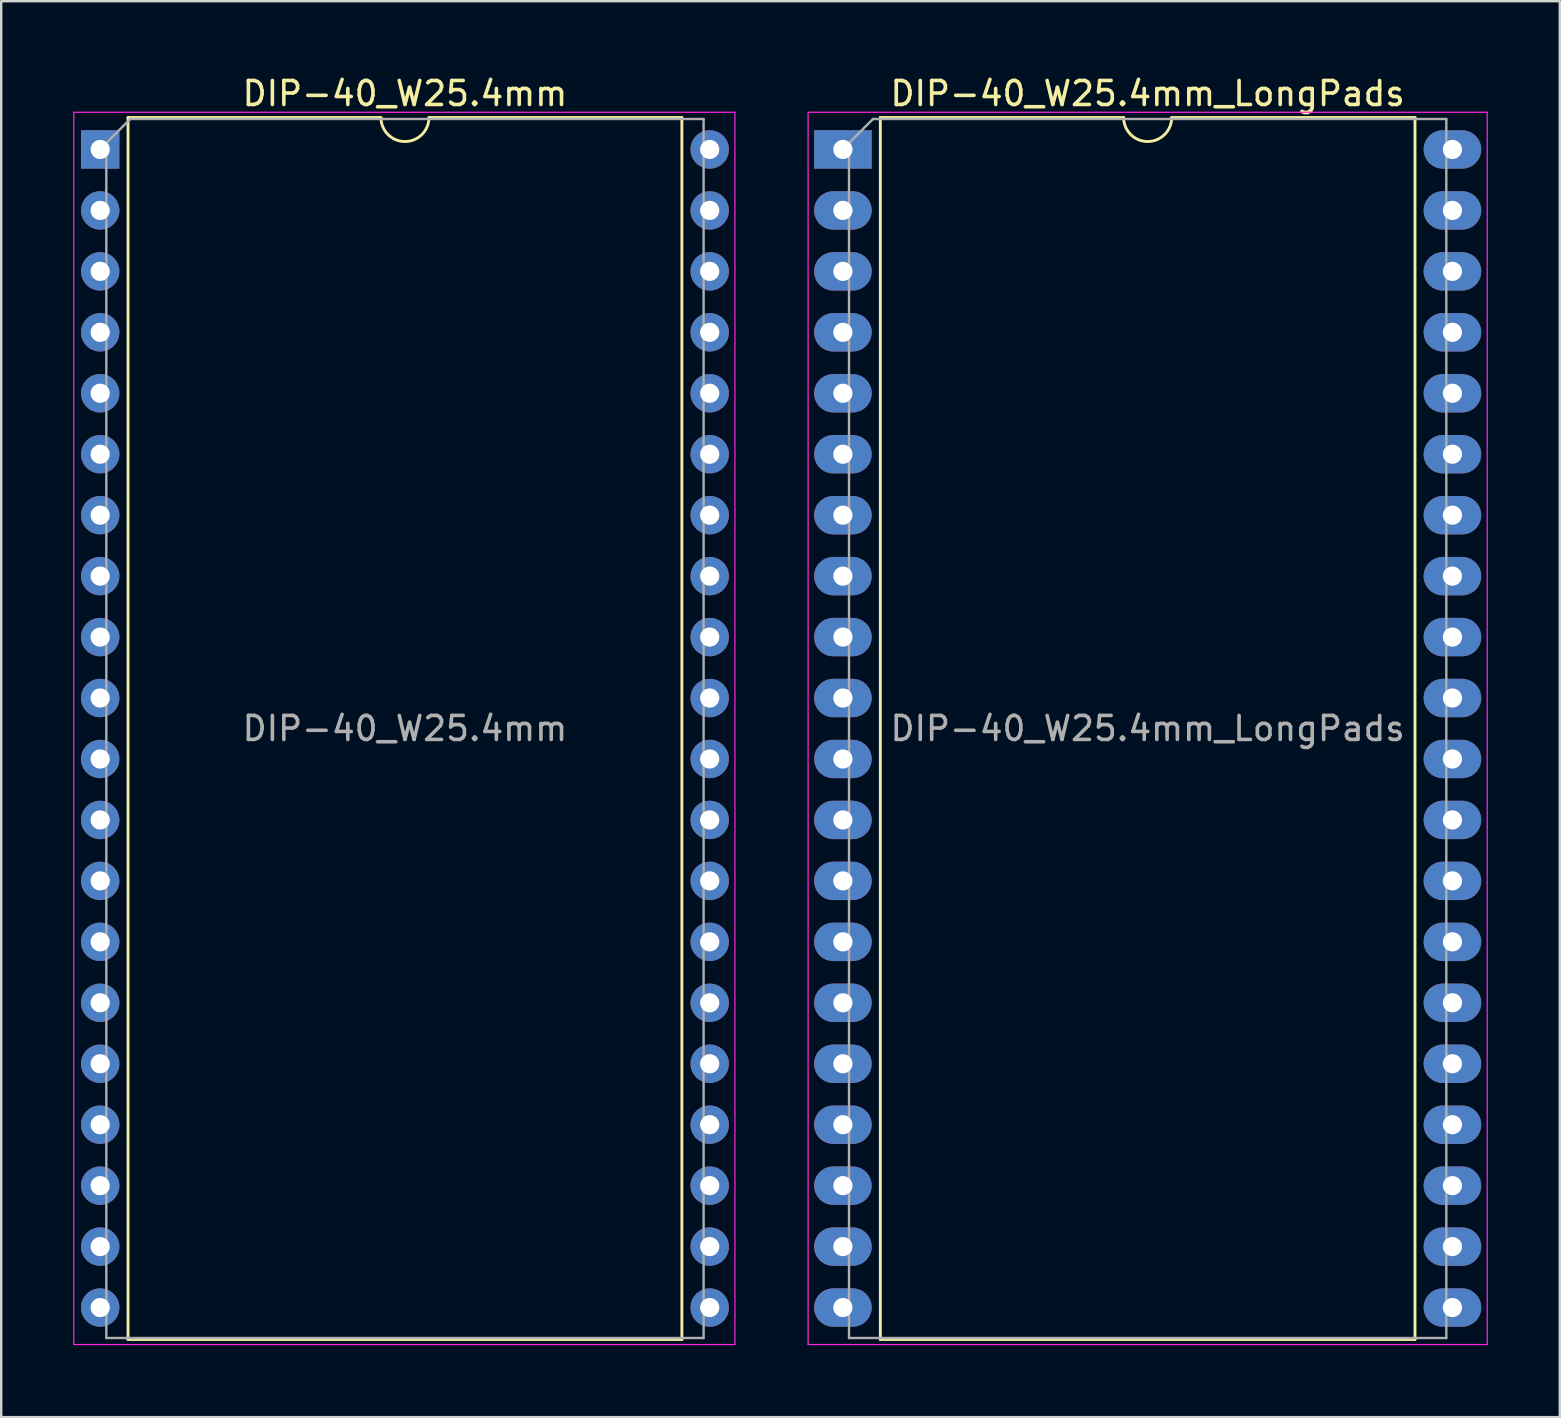
<source format=kicad_pcb>
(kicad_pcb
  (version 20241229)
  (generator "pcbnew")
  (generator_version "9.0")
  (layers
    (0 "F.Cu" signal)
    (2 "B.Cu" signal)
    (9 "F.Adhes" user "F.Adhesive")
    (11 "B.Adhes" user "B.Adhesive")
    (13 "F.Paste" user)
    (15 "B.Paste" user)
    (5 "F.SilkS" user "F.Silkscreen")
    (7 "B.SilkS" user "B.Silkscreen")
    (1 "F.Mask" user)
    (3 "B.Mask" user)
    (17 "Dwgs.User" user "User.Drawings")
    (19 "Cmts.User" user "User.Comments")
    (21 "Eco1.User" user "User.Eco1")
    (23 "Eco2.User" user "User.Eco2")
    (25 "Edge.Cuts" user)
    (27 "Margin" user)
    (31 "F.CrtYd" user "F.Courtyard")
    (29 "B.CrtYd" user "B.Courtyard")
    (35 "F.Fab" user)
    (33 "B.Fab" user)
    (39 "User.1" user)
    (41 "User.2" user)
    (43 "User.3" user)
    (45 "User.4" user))
  (footprint "DIP-40_W25.4mm"
    (layer "F.Cu")
    (at 1.125 3.178)
    (property "Reference" "DIP-40_W25.4mm" (at 12.7 -2.33 0) (layer "F.SilkS") (effects (font (size 1 1) (thickness 0.15))))
    (attr through_hole)
    (fp_line (start 1.16 -1.33) (end 1.16 49.59) (stroke (width 0.12) (type solid)) (layer "F.SilkS"))
    (fp_line (start 1.16 49.59) (end 24.24 49.59) (stroke (width 0.12) (type solid)) (layer "F.SilkS"))
    (fp_line (start 11.7 -1.33) (end 1.16 -1.33) (stroke (width 0.12) (type solid)) (layer "F.SilkS"))
    (fp_line (start 24.24 -1.33) (end 13.7 -1.33) (stroke (width 0.12) (type solid)) (layer "F.SilkS"))
    (fp_line (start 24.24 49.59) (end 24.24 -1.33) (stroke (width 0.12) (type solid)) (layer "F.SilkS"))
    (fp_arc (start 13.7 -1.33) (mid 12.7 -0.33) (end 11.7 -1.33) (stroke (width 0.12) (type solid)) (layer "F.SilkS"))
    (fp_line (start -1.1 -1.55) (end -1.1 49.8) (stroke (width 0.05) (type solid)) (layer "F.CrtYd"))
    (fp_line (start -1.1 49.8) (end 26.45 49.8) (stroke (width 0.05) (type solid)) (layer "F.CrtYd"))
    (fp_line (start 26.45 -1.55) (end -1.1 -1.55) (stroke (width 0.05) (type solid)) (layer "F.CrtYd"))
    (fp_line (start 26.45 49.8) (end 26.45 -1.55) (stroke (width 0.05) (type solid)) (layer "F.CrtYd"))
    (fp_line (start 0.255 -0.27) (end 1.255 -1.27) (stroke (width 0.1) (type solid)) (layer "F.Fab"))
    (fp_line (start 0.255 49.53) (end 0.255 -0.27) (stroke (width 0.1) (type solid)) (layer "F.Fab"))
    (fp_line (start 1.255 -1.27) (end 25.145 -1.27) (stroke (width 0.1) (type solid)) (layer "F.Fab"))
    (fp_line (start 25.145 -1.27) (end 25.145 49.53) (stroke (width 0.1) (type solid)) (layer "F.Fab"))
    (fp_line (start 25.145 49.53) (end 0.255 49.53) (stroke (width 0.1) (type solid)) (layer "F.Fab"))
    (fp_text user "${REFERENCE}" (at 12.7 24.13 0) (layer "F.Fab") (effects (font (size 1 1) (thickness 0.15))))
    (pad "1" thru_hole rect (at 0 0) (size 1.6 1.6) (drill 0.8) (layers "*.Cu" "*.Mask"))
    (pad "2" thru_hole oval (at 0 2.54) (size 1.6 1.6) (drill 0.8) (layers "*.Cu" "*.Mask"))
    (pad "3" thru_hole oval (at 0 5.08) (size 1.6 1.6) (drill 0.8) (layers "*.Cu" "*.Mask"))
    (pad "4" thru_hole oval (at 0 7.62) (size 1.6 1.6) (drill 0.8) (layers "*.Cu" "*.Mask"))
    (pad "5" thru_hole oval (at 0 10.16) (size 1.6 1.6) (drill 0.8) (layers "*.Cu" "*.Mask"))
    (pad "6" thru_hole oval (at 0 12.7) (size 1.6 1.6) (drill 0.8) (layers "*.Cu" "*.Mask"))
    (pad "7" thru_hole oval (at 0 15.24) (size 1.6 1.6) (drill 0.8) (layers "*.Cu" "*.Mask"))
    (pad "8" thru_hole oval (at 0 17.78) (size 1.6 1.6) (drill 0.8) (layers "*.Cu" "*.Mask"))
    (pad "9" thru_hole oval (at 0 20.32) (size 1.6 1.6) (drill 0.8) (layers "*.Cu" "*.Mask"))
    (pad "10" thru_hole oval (at 0 22.86) (size 1.6 1.6) (drill 0.8) (layers "*.Cu" "*.Mask"))
    (pad "11" thru_hole oval (at 0 25.4) (size 1.6 1.6) (drill 0.8) (layers "*.Cu" "*.Mask"))
    (pad "12" thru_hole oval (at 0 27.94) (size 1.6 1.6) (drill 0.8) (layers "*.Cu" "*.Mask"))
    (pad "13" thru_hole oval (at 0 30.48) (size 1.6 1.6) (drill 0.8) (layers "*.Cu" "*.Mask"))
    (pad "14" thru_hole oval (at 0 33.02) (size 1.6 1.6) (drill 0.8) (layers "*.Cu" "*.Mask"))
    (pad "15" thru_hole oval (at 0 35.56) (size 1.6 1.6) (drill 0.8) (layers "*.Cu" "*.Mask"))
    (pad "16" thru_hole oval (at 0 38.1) (size 1.6 1.6) (drill 0.8) (layers "*.Cu" "*.Mask"))
    (pad "17" thru_hole oval (at 0 40.64) (size 1.6 1.6) (drill 0.8) (layers "*.Cu" "*.Mask"))
    (pad "18" thru_hole oval (at 0 43.18) (size 1.6 1.6) (drill 0.8) (layers "*.Cu" "*.Mask"))
    (pad "19" thru_hole oval (at 0 45.72) (size 1.6 1.6) (drill 0.8) (layers "*.Cu" "*.Mask"))
    (pad "20" thru_hole oval (at 0 48.26) (size 1.6 1.6) (drill 0.8) (layers "*.Cu" "*.Mask"))
    (pad "21" thru_hole oval (at 25.4 48.26) (size 1.6 1.6) (drill 0.8) (layers "*.Cu" "*.Mask"))
    (pad "22" thru_hole oval (at 25.4 45.72) (size 1.6 1.6) (drill 0.8) (layers "*.Cu" "*.Mask"))
    (pad "23" thru_hole oval (at 25.4 43.18) (size 1.6 1.6) (drill 0.8) (layers "*.Cu" "*.Mask"))
    (pad "24" thru_hole oval (at 25.4 40.64) (size 1.6 1.6) (drill 0.8) (layers "*.Cu" "*.Mask"))
    (pad "25" thru_hole oval (at 25.4 38.1) (size 1.6 1.6) (drill 0.8) (layers "*.Cu" "*.Mask"))
    (pad "26" thru_hole oval (at 25.4 35.56) (size 1.6 1.6) (drill 0.8) (layers "*.Cu" "*.Mask"))
    (pad "27" thru_hole oval (at 25.4 33.02) (size 1.6 1.6) (drill 0.8) (layers "*.Cu" "*.Mask"))
    (pad "28" thru_hole oval (at 25.4 30.48) (size 1.6 1.6) (drill 0.8) (layers "*.Cu" "*.Mask"))
    (pad "29" thru_hole oval (at 25.4 27.94) (size 1.6 1.6) (drill 0.8) (layers "*.Cu" "*.Mask"))
    (pad "30" thru_hole oval (at 25.4 25.4) (size 1.6 1.6) (drill 0.8) (layers "*.Cu" "*.Mask"))
    (pad "31" thru_hole oval (at 25.4 22.86) (size 1.6 1.6) (drill 0.8) (layers "*.Cu" "*.Mask"))
    (pad "32" thru_hole oval (at 25.4 20.32) (size 1.6 1.6) (drill 0.8) (layers "*.Cu" "*.Mask"))
    (pad "33" thru_hole oval (at 25.4 17.78) (size 1.6 1.6) (drill 0.8) (layers "*.Cu" "*.Mask"))
    (pad "34" thru_hole oval (at 25.4 15.24) (size 1.6 1.6) (drill 0.8) (layers "*.Cu" "*.Mask"))
    (pad "35" thru_hole oval (at 25.4 12.7) (size 1.6 1.6) (drill 0.8) (layers "*.Cu" "*.Mask"))
    (pad "36" thru_hole oval (at 25.4 10.16) (size 1.6 1.6) (drill 0.8) (layers "*.Cu" "*.Mask"))
    (pad "37" thru_hole oval (at 25.4 7.62) (size 1.6 1.6) (drill 0.8) (layers "*.Cu" "*.Mask"))
    (pad "38" thru_hole oval (at 25.4 5.08) (size 1.6 1.6) (drill 0.8) (layers "*.Cu" "*.Mask"))
    (pad "39" thru_hole oval (at 25.4 2.54) (size 1.6 1.6) (drill 0.8) (layers "*.Cu" "*.Mask"))
    (pad "40" thru_hole oval (at 25.4 0) (size 1.6 1.6) (drill 0.8) (layers "*.Cu" "*.Mask")))
  (footprint "DIP-40_W25.4mm_LongPads"
    (layer "F.Cu")
    (at 32.075 3.178)
    (property "Reference" "DIP-40_W25.4mm_LongPads" (at 12.7 -2.33 0) (layer "F.SilkS") (effects (font (size 1 1) (thickness 0.15))))
    (attr through_hole)
    (fp_line (start 1.56 -1.33) (end 1.56 49.59) (stroke (width 0.12) (type solid)) (layer "F.SilkS"))
    (fp_line (start 1.56 49.59) (end 23.84 49.59) (stroke (width 0.12) (type solid)) (layer "F.SilkS"))
    (fp_line (start 11.7 -1.33) (end 1.56 -1.33) (stroke (width 0.12) (type solid)) (layer "F.SilkS"))
    (fp_line (start 23.84 -1.33) (end 13.7 -1.33) (stroke (width 0.12) (type solid)) (layer "F.SilkS"))
    (fp_line (start 23.84 49.59) (end 23.84 -1.33) (stroke (width 0.12) (type solid)) (layer "F.SilkS"))
    (fp_arc (start 13.7 -1.33) (mid 12.7 -0.33) (end 11.7 -1.33) (stroke (width 0.12) (type solid)) (layer "F.SilkS"))
    (fp_line (start -1.45 -1.55) (end -1.45 49.8) (stroke (width 0.05) (type solid)) (layer "F.CrtYd"))
    (fp_line (start -1.45 49.8) (end 26.85 49.8) (stroke (width 0.05) (type solid)) (layer "F.CrtYd"))
    (fp_line (start 26.85 -1.55) (end -1.45 -1.55) (stroke (width 0.05) (type solid)) (layer "F.CrtYd"))
    (fp_line (start 26.85 49.8) (end 26.85 -1.55) (stroke (width 0.05) (type solid)) (layer "F.CrtYd"))
    (fp_line (start 0.255 -0.27) (end 1.255 -1.27) (stroke (width 0.1) (type solid)) (layer "F.Fab"))
    (fp_line (start 0.255 49.53) (end 0.255 -0.27) (stroke (width 0.1) (type solid)) (layer "F.Fab"))
    (fp_line (start 1.255 -1.27) (end 25.145 -1.27) (stroke (width 0.1) (type solid)) (layer "F.Fab"))
    (fp_line (start 25.145 -1.27) (end 25.145 49.53) (stroke (width 0.1) (type solid)) (layer "F.Fab"))
    (fp_line (start 25.145 49.53) (end 0.255 49.53) (stroke (width 0.1) (type solid)) (layer "F.Fab"))
    (fp_text user "${REFERENCE}" (at 12.7 24.13 0) (layer "F.Fab") (effects (font (size 1 1) (thickness 0.15))))
    (pad "1" thru_hole rect (at 0 0) (size 2.4 1.6) (drill 0.8) (layers "*.Cu" "*.Mask"))
    (pad "2" thru_hole oval (at 0 2.54) (size 2.4 1.6) (drill 0.8) (layers "*.Cu" "*.Mask"))
    (pad "3" thru_hole oval (at 0 5.08) (size 2.4 1.6) (drill 0.8) (layers "*.Cu" "*.Mask"))
    (pad "4" thru_hole oval (at 0 7.62) (size 2.4 1.6) (drill 0.8) (layers "*.Cu" "*.Mask"))
    (pad "5" thru_hole oval (at 0 10.16) (size 2.4 1.6) (drill 0.8) (layers "*.Cu" "*.Mask"))
    (pad "6" thru_hole oval (at 0 12.7) (size 2.4 1.6) (drill 0.8) (layers "*.Cu" "*.Mask"))
    (pad "7" thru_hole oval (at 0 15.24) (size 2.4 1.6) (drill 0.8) (layers "*.Cu" "*.Mask"))
    (pad "8" thru_hole oval (at 0 17.78) (size 2.4 1.6) (drill 0.8) (layers "*.Cu" "*.Mask"))
    (pad "9" thru_hole oval (at 0 20.32) (size 2.4 1.6) (drill 0.8) (layers "*.Cu" "*.Mask"))
    (pad "10" thru_hole oval (at 0 22.86) (size 2.4 1.6) (drill 0.8) (layers "*.Cu" "*.Mask"))
    (pad "11" thru_hole oval (at 0 25.4) (size 2.4 1.6) (drill 0.8) (layers "*.Cu" "*.Mask"))
    (pad "12" thru_hole oval (at 0 27.94) (size 2.4 1.6) (drill 0.8) (layers "*.Cu" "*.Mask"))
    (pad "13" thru_hole oval (at 0 30.48) (size 2.4 1.6) (drill 0.8) (layers "*.Cu" "*.Mask"))
    (pad "14" thru_hole oval (at 0 33.02) (size 2.4 1.6) (drill 0.8) (layers "*.Cu" "*.Mask"))
    (pad "15" thru_hole oval (at 0 35.56) (size 2.4 1.6) (drill 0.8) (layers "*.Cu" "*.Mask"))
    (pad "16" thru_hole oval (at 0 38.1) (size 2.4 1.6) (drill 0.8) (layers "*.Cu" "*.Mask"))
    (pad "17" thru_hole oval (at 0 40.64) (size 2.4 1.6) (drill 0.8) (layers "*.Cu" "*.Mask"))
    (pad "18" thru_hole oval (at 0 43.18) (size 2.4 1.6) (drill 0.8) (layers "*.Cu" "*.Mask"))
    (pad "19" thru_hole oval (at 0 45.72) (size 2.4 1.6) (drill 0.8) (layers "*.Cu" "*.Mask"))
    (pad "20" thru_hole oval (at 0 48.26) (size 2.4 1.6) (drill 0.8) (layers "*.Cu" "*.Mask"))
    (pad "21" thru_hole oval (at 25.4 48.26) (size 2.4 1.6) (drill 0.8) (layers "*.Cu" "*.Mask"))
    (pad "22" thru_hole oval (at 25.4 45.72) (size 2.4 1.6) (drill 0.8) (layers "*.Cu" "*.Mask"))
    (pad "23" thru_hole oval (at 25.4 43.18) (size 2.4 1.6) (drill 0.8) (layers "*.Cu" "*.Mask"))
    (pad "24" thru_hole oval (at 25.4 40.64) (size 2.4 1.6) (drill 0.8) (layers "*.Cu" "*.Mask"))
    (pad "25" thru_hole oval (at 25.4 38.1) (size 2.4 1.6) (drill 0.8) (layers "*.Cu" "*.Mask"))
    (pad "26" thru_hole oval (at 25.4 35.56) (size 2.4 1.6) (drill 0.8) (layers "*.Cu" "*.Mask"))
    (pad "27" thru_hole oval (at 25.4 33.02) (size 2.4 1.6) (drill 0.8) (layers "*.Cu" "*.Mask"))
    (pad "28" thru_hole oval (at 25.4 30.48) (size 2.4 1.6) (drill 0.8) (layers "*.Cu" "*.Mask"))
    (pad "29" thru_hole oval (at 25.4 27.94) (size 2.4 1.6) (drill 0.8) (layers "*.Cu" "*.Mask"))
    (pad "30" thru_hole oval (at 25.4 25.4) (size 2.4 1.6) (drill 0.8) (layers "*.Cu" "*.Mask"))
    (pad "31" thru_hole oval (at 25.4 22.86) (size 2.4 1.6) (drill 0.8) (layers "*.Cu" "*.Mask"))
    (pad "32" thru_hole oval (at 25.4 20.32) (size 2.4 1.6) (drill 0.8) (layers "*.Cu" "*.Mask"))
    (pad "33" thru_hole oval (at 25.4 17.78) (size 2.4 1.6) (drill 0.8) (layers "*.Cu" "*.Mask"))
    (pad "34" thru_hole oval (at 25.4 15.24) (size 2.4 1.6) (drill 0.8) (layers "*.Cu" "*.Mask"))
    (pad "35" thru_hole oval (at 25.4 12.7) (size 2.4 1.6) (drill 0.8) (layers "*.Cu" "*.Mask"))
    (pad "36" thru_hole oval (at 25.4 10.16) (size 2.4 1.6) (drill 0.8) (layers "*.Cu" "*.Mask"))
    (pad "37" thru_hole oval (at 25.4 7.62) (size 2.4 1.6) (drill 0.8) (layers "*.Cu" "*.Mask"))
    (pad "38" thru_hole oval (at 25.4 5.08) (size 2.4 1.6) (drill 0.8) (layers "*.Cu" "*.Mask"))
    (pad "39" thru_hole oval (at 25.4 2.54) (size 2.4 1.6) (drill 0.8) (layers "*.Cu" "*.Mask"))
    (pad "40" thru_hole oval (at 25.4 0) (size 2.4 1.6) (drill 0.8) (layers "*.Cu" "*.Mask")))
  (gr_rect
    (start -3 -3)
    (end 61.95 56.003)
    (stroke (width 0.1) (type default))
    (fill no)
    (layer "Edge.Cuts")))
</source>
